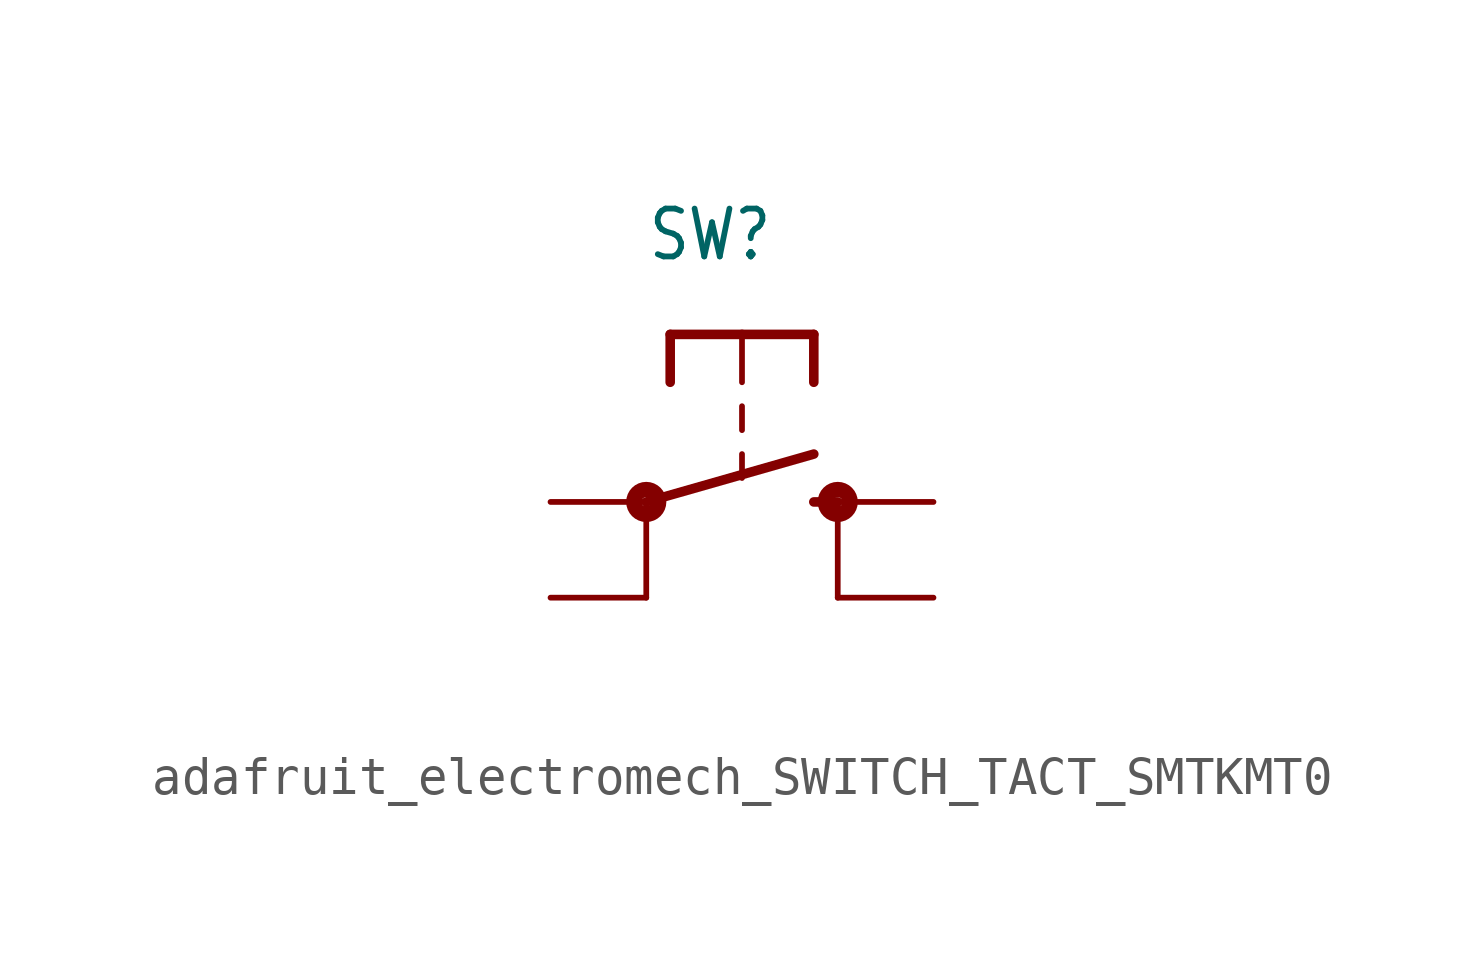
<source format=kicad_sym>
(kicad_symbol_lib
  (version 20231120)
  (generator "kicad_symbol_editor")
  (generator_version "8.0")
  (symbol "adafruit_electromech_SWITCH_TACT_SMTKMT0"
    (property "Reference" "SW"
      (at -2.54 6.35 0)
      (effects (font (size 1.27 1.079)) (justify left bottom)))
    (property "Value" ""
      (at -2.54 -5.08 0)
      (effects (font (size 1.27 1.079)) (justify left bottom)))
    (property "ki_locked" ""
      (at 0 0 0)
      (effects (font (size 1.27 1.27))))
    (symbol "adafruit_electromech_SWITCH_TACT_SMTKMT0_1_0"
      (circle (center -2.54 0) (radius 0.127) (stroke (width 0.406) (type solid)) (fill (type none)))
      (polyline (pts (xy -2.54 -2.54) (xy -2.54 0)) (stroke (width 0.152) (type solid)) (fill (type none)))
      (polyline (pts (xy -2.54 0) (xy 1.905 1.27)) (stroke (width 0.254) (type solid)) (fill (type none)))
      (polyline (pts (xy -1.905 4.445) (xy -1.905 3.175)) (stroke (width 0.254) (type solid)) (fill (type none)))
      (polyline (pts (xy 0 1.27) (xy 0 0.635)) (stroke (width 0.152) (type solid)) (fill (type none)))
      (polyline (pts (xy 0 2.54) (xy 0 1.905)) (stroke (width 0.152) (type solid)) (fill (type none)))
      (polyline (pts (xy 0 4.445) (xy -1.905 4.445)) (stroke (width 0.254) (type solid)) (fill (type none)))
      (polyline (pts (xy 0 4.445) (xy 0 3.175)) (stroke (width 0.152) (type solid)) (fill (type none)))
      (polyline (pts (xy 1.905 0) (xy 2.54 0)) (stroke (width 0.254) (type solid)) (fill (type none)))
      (polyline (pts (xy 1.905 4.445) (xy 0 4.445)) (stroke (width 0.254) (type solid)) (fill (type none)))
      (polyline (pts (xy 1.905 4.445) (xy 1.905 3.175)) (stroke (width 0.254) (type solid)) (fill (type none)))
      (polyline (pts (xy 2.54 -2.54) (xy 2.54 0)) (stroke (width 0.152) (type solid)) (fill (type none)))
      (circle (center 2.54 0) (radius 0.127) (stroke (width 0.406) (type solid)) (fill (type none)))
      (pin passive line (at -5.08 0 0) (length 2.54) (name "P" (effects (font (size 0 0)))) (number "A" (effects (font (size 0 0)))))
      (pin passive line (at -5.08 -2.54 0) (length 2.54) (name "P1" (effects (font (size 0 0)))) (number "A'" (effects (font (size 0 0)))))
      (pin passive line (at 5.08 0 180) (length 2.54) (name "S" (effects (font (size 0 0)))) (number "B" (effects (font (size 0 0)))))
      (pin passive line (at 5.08 -2.54 180) (length 2.54) (name "S1" (effects (font (size 0 0)))) (number "B'" (effects (font (size 0 0))))))))
</source>
